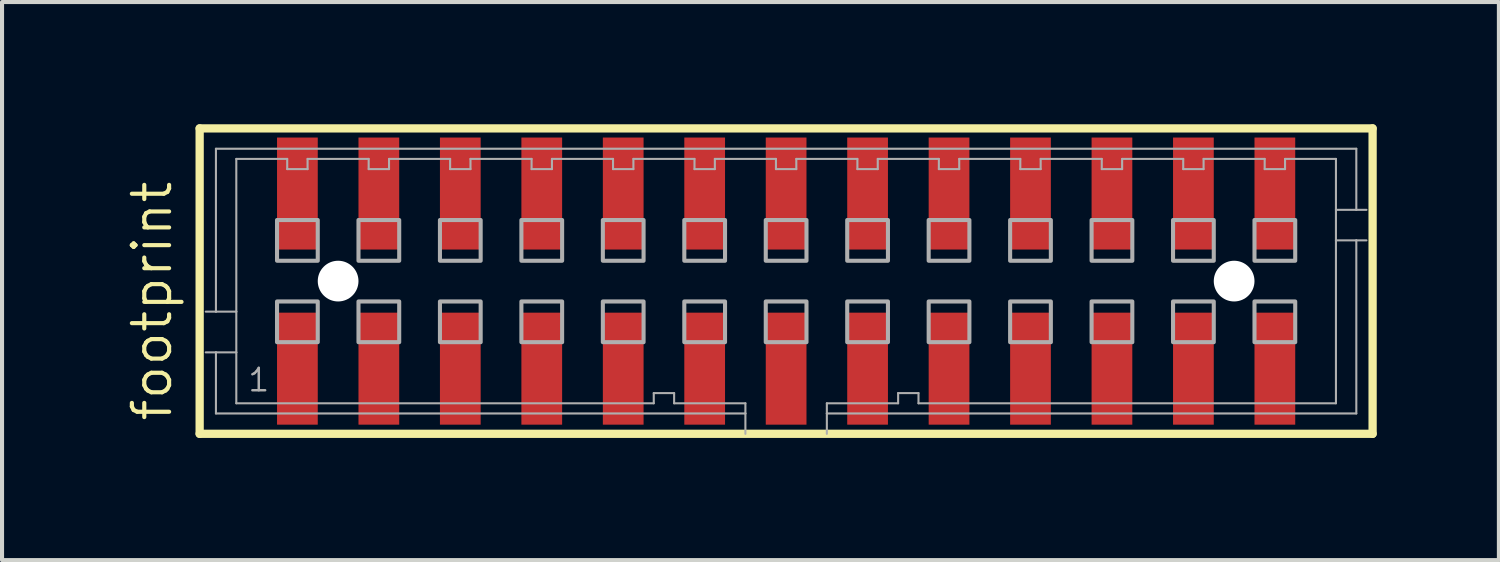
<source format=kicad_pcb>
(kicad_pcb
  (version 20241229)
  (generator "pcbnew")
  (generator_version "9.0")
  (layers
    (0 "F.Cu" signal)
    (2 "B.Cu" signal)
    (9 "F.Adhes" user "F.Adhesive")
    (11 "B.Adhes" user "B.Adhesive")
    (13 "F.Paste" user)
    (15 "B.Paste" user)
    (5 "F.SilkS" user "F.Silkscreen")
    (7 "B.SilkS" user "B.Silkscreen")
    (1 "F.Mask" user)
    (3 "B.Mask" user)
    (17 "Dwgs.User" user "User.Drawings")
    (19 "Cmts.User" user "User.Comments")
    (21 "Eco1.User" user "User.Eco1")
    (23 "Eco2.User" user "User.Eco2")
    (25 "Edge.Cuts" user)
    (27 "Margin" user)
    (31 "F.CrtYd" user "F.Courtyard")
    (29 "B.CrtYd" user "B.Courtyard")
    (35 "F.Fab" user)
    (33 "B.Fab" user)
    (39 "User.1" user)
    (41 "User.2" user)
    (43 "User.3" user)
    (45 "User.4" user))
  (footprint "footprint"
    (layer "F.Cu")
    (at 16.252 3.852)
    (property "Reference" "footprint" (at -15.033 3.493 90) (layer "F.SilkS") (effects (font (size 0.914 0.914) (thickness 0.102)) (justify left bottom)))
    (fp_line (start -14.4 -3.75) (end 14.4 -3.75) (stroke (width 0.203) (type solid)) (layer "F.SilkS"))
    (fp_line (start -14.4 3.75) (end -14.4 -3.75) (stroke (width 0.203) (type solid)) (layer "F.SilkS"))
    (fp_line (start 14.4 -3.75) (end 14.4 3.75) (stroke (width 0.203) (type solid)) (layer "F.SilkS"))
    (fp_line (start 14.4 3.75) (end -14.4 3.75) (stroke (width 0.203) (type solid)) (layer "F.SilkS"))
    (fp_line (start -14 -3.25) (end 14 -3.25) (stroke (width 0.051) (type solid)) (layer "F.Fab"))
    (fp_line (start -14 0.75) (end -14.25 0.75) (stroke (width 0.051) (type solid)) (layer "F.Fab"))
    (fp_line (start -14 0.75) (end -14 -3.25) (stroke (width 0.051) (type solid)) (layer "F.Fab"))
    (fp_line (start -14 1.75) (end -14.25 1.75) (stroke (width 0.051) (type solid)) (layer "F.Fab"))
    (fp_line (start -14 3.25) (end -14 1.75) (stroke (width 0.051) (type solid)) (layer "F.Fab"))
    (fp_line (start -13.5 -3) (end -13.5 0.75) (stroke (width 0.051) (type solid)) (layer "F.Fab"))
    (fp_line (start -13.5 0.75) (end -14 0.75) (stroke (width 0.051) (type solid)) (layer "F.Fab"))
    (fp_line (start -13.5 0.75) (end -13.5 1.75) (stroke (width 0.051) (type solid)) (layer "F.Fab"))
    (fp_line (start -13.5 1.75) (end -14 1.75) (stroke (width 0.051) (type solid)) (layer "F.Fab"))
    (fp_line (start -13.5 1.75) (end -13.5 3) (stroke (width 0.051) (type solid)) (layer "F.Fab"))
    (fp_line (start -13.5 3) (end -3.25 3) (stroke (width 0.051) (type solid)) (layer "F.Fab"))
    (fp_line (start -12.25 -3) (end -13.5 -3) (stroke (width 0.051) (type solid)) (layer "F.Fab"))
    (fp_line (start -12.25 -2.75) (end -12.25 -3) (stroke (width 0.051) (type solid)) (layer "F.Fab"))
    (fp_line (start -11.75 -3) (end -11.75 -2.75) (stroke (width 0.051) (type solid)) (layer "F.Fab"))
    (fp_line (start -11.75 -2.75) (end -12.25 -2.75) (stroke (width 0.051) (type solid)) (layer "F.Fab"))
    (fp_line (start -10.25 -3) (end -11.75 -3) (stroke (width 0.051) (type solid)) (layer "F.Fab"))
    (fp_line (start -10.25 -2.75) (end -10.25 -3) (stroke (width 0.051) (type solid)) (layer "F.Fab"))
    (fp_line (start -9.75 -3) (end -9.75 -2.75) (stroke (width 0.051) (type solid)) (layer "F.Fab"))
    (fp_line (start -9.75 -2.75) (end -10.25 -2.75) (stroke (width 0.051) (type solid)) (layer "F.Fab"))
    (fp_line (start -8.25 -3) (end -9.75 -3) (stroke (width 0.051) (type solid)) (layer "F.Fab"))
    (fp_line (start -8.25 -2.75) (end -8.25 -3) (stroke (width 0.051) (type solid)) (layer "F.Fab"))
    (fp_line (start -7.75 -3) (end -7.75 -2.75) (stroke (width 0.051) (type solid)) (layer "F.Fab"))
    (fp_line (start -7.75 -2.75) (end -8.25 -2.75) (stroke (width 0.051) (type solid)) (layer "F.Fab"))
    (fp_line (start -6.25 -3) (end -7.75 -3) (stroke (width 0.051) (type solid)) (layer "F.Fab"))
    (fp_line (start -6.25 -2.75) (end -6.25 -3) (stroke (width 0.051) (type solid)) (layer "F.Fab"))
    (fp_line (start -5.75 -3) (end -5.75 -2.75) (stroke (width 0.051) (type solid)) (layer "F.Fab"))
    (fp_line (start -5.75 -2.75) (end -6.25 -2.75) (stroke (width 0.051) (type solid)) (layer "F.Fab"))
    (fp_line (start -4.25 -3) (end -5.75 -3) (stroke (width 0.051) (type solid)) (layer "F.Fab"))
    (fp_line (start -4.25 -2.75) (end -4.25 -3) (stroke (width 0.051) (type solid)) (layer "F.Fab"))
    (fp_line (start -3.75 -3) (end -3.75 -2.75) (stroke (width 0.051) (type solid)) (layer "F.Fab"))
    (fp_line (start -3.75 -2.75) (end -4.25 -2.75) (stroke (width 0.051) (type solid)) (layer "F.Fab"))
    (fp_line (start -3.25 2.75) (end -2.75 2.75) (stroke (width 0.051) (type solid)) (layer "F.Fab"))
    (fp_line (start -3.25 3) (end -3.25 2.75) (stroke (width 0.051) (type solid)) (layer "F.Fab"))
    (fp_line (start -2.75 2.75) (end -2.75 3) (stroke (width 0.051) (type solid)) (layer "F.Fab"))
    (fp_line (start -2.75 3) (end -1 3) (stroke (width 0.051) (type solid)) (layer "F.Fab"))
    (fp_line (start -2.25 -3) (end -3.75 -3) (stroke (width 0.051) (type solid)) (layer "F.Fab"))
    (fp_line (start -2.25 -2.75) (end -2.25 -3) (stroke (width 0.051) (type solid)) (layer "F.Fab"))
    (fp_line (start -1.75 -3) (end -1.75 -2.75) (stroke (width 0.051) (type solid)) (layer "F.Fab"))
    (fp_line (start -1.75 -2.75) (end -2.25 -2.75) (stroke (width 0.051) (type solid)) (layer "F.Fab"))
    (fp_line (start -1 3) (end -1 3.25) (stroke (width 0.051) (type solid)) (layer "F.Fab"))
    (fp_line (start -1 3.25) (end -14 3.25) (stroke (width 0.051) (type solid)) (layer "F.Fab"))
    (fp_line (start -1 3.25) (end -1 3.75) (stroke (width 0.051) (type solid)) (layer "F.Fab"))
    (fp_line (start -0.25 -3) (end -1.75 -3) (stroke (width 0.051) (type solid)) (layer "F.Fab"))
    (fp_line (start -0.25 -2.75) (end -0.25 -3) (stroke (width 0.051) (type solid)) (layer "F.Fab"))
    (fp_line (start 0.25 -3) (end 0.25 -2.75) (stroke (width 0.051) (type solid)) (layer "F.Fab"))
    (fp_line (start 0.25 -2.75) (end -0.25 -2.75) (stroke (width 0.051) (type solid)) (layer "F.Fab"))
    (fp_line (start 1 3) (end 2.75 3) (stroke (width 0.051) (type solid)) (layer "F.Fab"))
    (fp_line (start 1 3.25) (end 1 3) (stroke (width 0.051) (type solid)) (layer "F.Fab"))
    (fp_line (start 1 3.75) (end 1 3.25) (stroke (width 0.051) (type solid)) (layer "F.Fab"))
    (fp_line (start 1.75 -3) (end 0.25 -3) (stroke (width 0.051) (type solid)) (layer "F.Fab"))
    (fp_line (start 1.75 -2.75) (end 1.75 -3) (stroke (width 0.051) (type solid)) (layer "F.Fab"))
    (fp_line (start 2.25 -3) (end 2.25 -2.75) (stroke (width 0.051) (type solid)) (layer "F.Fab"))
    (fp_line (start 2.25 -2.75) (end 1.75 -2.75) (stroke (width 0.051) (type solid)) (layer "F.Fab"))
    (fp_line (start 2.75 2.75) (end 3.25 2.75) (stroke (width 0.051) (type solid)) (layer "F.Fab"))
    (fp_line (start 2.75 3) (end 2.75 2.75) (stroke (width 0.051) (type solid)) (layer "F.Fab"))
    (fp_line (start 3.25 2.75) (end 3.25 3) (stroke (width 0.051) (type solid)) (layer "F.Fab"))
    (fp_line (start 3.25 3) (end 13.5 3) (stroke (width 0.051) (type solid)) (layer "F.Fab"))
    (fp_line (start 3.75 -3) (end 2.25 -3) (stroke (width 0.051) (type solid)) (layer "F.Fab"))
    (fp_line (start 3.75 -2.75) (end 3.75 -3) (stroke (width 0.051) (type solid)) (layer "F.Fab"))
    (fp_line (start 4.25 -3) (end 4.25 -2.75) (stroke (width 0.051) (type solid)) (layer "F.Fab"))
    (fp_line (start 4.25 -2.75) (end 3.75 -2.75) (stroke (width 0.051) (type solid)) (layer "F.Fab"))
    (fp_line (start 5.75 -3) (end 4.25 -3) (stroke (width 0.051) (type solid)) (layer "F.Fab"))
    (fp_line (start 5.75 -2.75) (end 5.75 -3) (stroke (width 0.051) (type solid)) (layer "F.Fab"))
    (fp_line (start 6.25 -3) (end 6.25 -2.75) (stroke (width 0.051) (type solid)) (layer "F.Fab"))
    (fp_line (start 6.25 -2.75) (end 5.75 -2.75) (stroke (width 0.051) (type solid)) (layer "F.Fab"))
    (fp_line (start 7.75 -3) (end 6.25 -3) (stroke (width 0.051) (type solid)) (layer "F.Fab"))
    (fp_line (start 7.75 -2.75) (end 7.75 -3) (stroke (width 0.051) (type solid)) (layer "F.Fab"))
    (fp_line (start 8.25 -3) (end 8.25 -2.75) (stroke (width 0.051) (type solid)) (layer "F.Fab"))
    (fp_line (start 8.25 -2.75) (end 7.75 -2.75) (stroke (width 0.051) (type solid)) (layer "F.Fab"))
    (fp_line (start 9.75 -3) (end 8.25 -3) (stroke (width 0.051) (type solid)) (layer "F.Fab"))
    (fp_line (start 9.75 -2.75) (end 9.75 -3) (stroke (width 0.051) (type solid)) (layer "F.Fab"))
    (fp_line (start 10.25 -3) (end 10.25 -2.75) (stroke (width 0.051) (type solid)) (layer "F.Fab"))
    (fp_line (start 10.25 -2.75) (end 9.75 -2.75) (stroke (width 0.051) (type solid)) (layer "F.Fab"))
    (fp_line (start 11.75 -3) (end 10.25 -3) (stroke (width 0.051) (type solid)) (layer "F.Fab"))
    (fp_line (start 11.75 -2.75) (end 11.75 -3) (stroke (width 0.051) (type solid)) (layer "F.Fab"))
    (fp_line (start 12.25 -3) (end 12.25 -2.75) (stroke (width 0.051) (type solid)) (layer "F.Fab"))
    (fp_line (start 12.25 -2.75) (end 11.75 -2.75) (stroke (width 0.051) (type solid)) (layer "F.Fab"))
    (fp_line (start 13.5 -3) (end 12.25 -3) (stroke (width 0.051) (type solid)) (layer "F.Fab"))
    (fp_line (start 13.5 -1.75) (end 13.5 -3) (stroke (width 0.051) (type solid)) (layer "F.Fab"))
    (fp_line (start 13.5 -1.75) (end 14 -1.75) (stroke (width 0.051) (type solid)) (layer "F.Fab"))
    (fp_line (start 13.5 -1) (end 13.5 -1.75) (stroke (width 0.051) (type solid)) (layer "F.Fab"))
    (fp_line (start 13.5 -1) (end 14 -1) (stroke (width 0.051) (type solid)) (layer "F.Fab"))
    (fp_line (start 13.5 3) (end 13.5 -1) (stroke (width 0.051) (type solid)) (layer "F.Fab"))
    (fp_line (start 14 -3.25) (end 14 -1.75) (stroke (width 0.051) (type solid)) (layer "F.Fab"))
    (fp_line (start 14 -1.75) (end 14.25 -1.75) (stroke (width 0.051) (type solid)) (layer "F.Fab"))
    (fp_line (start 14 -1) (end 14 3.25) (stroke (width 0.051) (type solid)) (layer "F.Fab"))
    (fp_line (start 14 -1) (end 14.25 -1) (stroke (width 0.051) (type solid)) (layer "F.Fab"))
    (fp_line (start 14 3.25) (end 1 3.25) (stroke (width 0.051) (type solid)) (layer "F.Fab"))
    (fp_poly (pts (xy -12.5 -0.5) (xy -11.5 -0.5) (xy -11.5 -1.5) (xy -12.5 -1.5)) (stroke (width 0.1) (type solid)) (fill no) (layer "F.Fab"))
    (fp_poly (pts (xy -12.5 1.5) (xy -11.5 1.5) (xy -11.5 0.5) (xy -12.5 0.5)) (stroke (width 0.1) (type solid)) (fill no) (layer "F.Fab"))
    (fp_poly (pts (xy -10.5 -0.5) (xy -9.5 -0.5) (xy -9.5 -1.5) (xy -10.5 -1.5)) (stroke (width 0.1) (type solid)) (fill no) (layer "F.Fab"))
    (fp_poly (pts (xy -10.5 1.5) (xy -9.5 1.5) (xy -9.5 0.5) (xy -10.5 0.5)) (stroke (width 0.1) (type solid)) (fill no) (layer "F.Fab"))
    (fp_poly (pts (xy -8.5 -0.5) (xy -7.5 -0.5) (xy -7.5 -1.5) (xy -8.5 -1.5)) (stroke (width 0.1) (type solid)) (fill no) (layer "F.Fab"))
    (fp_poly (pts (xy -8.5 1.5) (xy -7.5 1.5) (xy -7.5 0.5) (xy -8.5 0.5)) (stroke (width 0.1) (type solid)) (fill no) (layer "F.Fab"))
    (fp_poly (pts (xy -6.5 -0.5) (xy -5.5 -0.5) (xy -5.5 -1.5) (xy -6.5 -1.5)) (stroke (width 0.1) (type solid)) (fill no) (layer "F.Fab"))
    (fp_poly (pts (xy -6.5 1.5) (xy -5.5 1.5) (xy -5.5 0.5) (xy -6.5 0.5)) (stroke (width 0.1) (type solid)) (fill no) (layer "F.Fab"))
    (fp_poly (pts (xy -4.5 -0.5) (xy -3.5 -0.5) (xy -3.5 -1.5) (xy -4.5 -1.5)) (stroke (width 0.1) (type solid)) (fill no) (layer "F.Fab"))
    (fp_poly (pts (xy -4.5 1.5) (xy -3.5 1.5) (xy -3.5 0.5) (xy -4.5 0.5)) (stroke (width 0.1) (type solid)) (fill no) (layer "F.Fab"))
    (fp_poly (pts (xy -2.5 -0.5) (xy -1.5 -0.5) (xy -1.5 -1.5) (xy -2.5 -1.5)) (stroke (width 0.1) (type solid)) (fill no) (layer "F.Fab"))
    (fp_poly (pts (xy -2.5 1.5) (xy -1.5 1.5) (xy -1.5 0.5) (xy -2.5 0.5)) (stroke (width 0.1) (type solid)) (fill no) (layer "F.Fab"))
    (fp_poly (pts (xy -0.5 -0.5) (xy 0.5 -0.5) (xy 0.5 -1.5) (xy -0.5 -1.5)) (stroke (width 0.1) (type solid)) (fill no) (layer "F.Fab"))
    (fp_poly (pts (xy -0.5 1.5) (xy 0.5 1.5) (xy 0.5 0.5) (xy -0.5 0.5)) (stroke (width 0.1) (type solid)) (fill no) (layer "F.Fab"))
    (fp_poly (pts (xy 1.5 -0.5) (xy 2.5 -0.5) (xy 2.5 -1.5) (xy 1.5 -1.5)) (stroke (width 0.1) (type solid)) (fill no) (layer "F.Fab"))
    (fp_poly (pts (xy 1.5 1.5) (xy 2.5 1.5) (xy 2.5 0.5) (xy 1.5 0.5)) (stroke (width 0.1) (type solid)) (fill no) (layer "F.Fab"))
    (fp_poly (pts (xy 3.5 -0.5) (xy 4.5 -0.5) (xy 4.5 -1.5) (xy 3.5 -1.5)) (stroke (width 0.1) (type solid)) (fill no) (layer "F.Fab"))
    (fp_poly (pts (xy 3.5 1.5) (xy 4.5 1.5) (xy 4.5 0.5) (xy 3.5 0.5)) (stroke (width 0.1) (type solid)) (fill no) (layer "F.Fab"))
    (fp_poly (pts (xy 5.5 -0.5) (xy 6.5 -0.5) (xy 6.5 -1.5) (xy 5.5 -1.5)) (stroke (width 0.1) (type solid)) (fill no) (layer "F.Fab"))
    (fp_poly (pts (xy 5.5 1.5) (xy 6.5 1.5) (xy 6.5 0.5) (xy 5.5 0.5)) (stroke (width 0.1) (type solid)) (fill no) (layer "F.Fab"))
    (fp_poly (pts (xy 7.5 -0.5) (xy 8.5 -0.5) (xy 8.5 -1.5) (xy 7.5 -1.5)) (stroke (width 0.1) (type solid)) (fill no) (layer "F.Fab"))
    (fp_poly (pts (xy 7.5 1.5) (xy 8.5 1.5) (xy 8.5 0.5) (xy 7.5 0.5)) (stroke (width 0.1) (type solid)) (fill no) (layer "F.Fab"))
    (fp_poly (pts (xy 9.5 -0.5) (xy 10.5 -0.5) (xy 10.5 -1.5) (xy 9.5 -1.5)) (stroke (width 0.1) (type solid)) (fill no) (layer "F.Fab"))
    (fp_poly (pts (xy 9.5 1.5) (xy 10.5 1.5) (xy 10.5 0.5) (xy 9.5 0.5)) (stroke (width 0.1) (type solid)) (fill no) (layer "F.Fab"))
    (fp_poly (pts (xy 11.5 -0.5) (xy 12.5 -0.5) (xy 12.5 -1.5) (xy 11.5 -1.5)) (stroke (width 0.1) (type solid)) (fill no) (layer "F.Fab"))
    (fp_poly (pts (xy 11.5 1.5) (xy 12.5 1.5) (xy 12.5 0.5) (xy 11.5 0.5)) (stroke (width 0.1) (type solid)) (fill no) (layer "F.Fab"))
    (fp_text user "1" (at -13.25 2.75 0) (layer "F.Fab") (effects (font (size 0.549 0.549) (thickness 0.061)) (justify left bottom)))
    (pad "" np_thru_hole circle (at -11 0) (size 1 1) (drill 1) (layers "*.Cu" "*.Mask"))
    (pad "" np_thru_hole circle (at 11 0) (size 1 1) (drill 1) (layers "*.Cu" "*.Mask"))
    (pad "1" smd rect (at -12 2.15) (size 1 2.75) (layers "F.Cu" "F.Mask" "F.Paste"))
    (pad "2" smd rect (at -12 -2.15) (size 1 2.75) (layers "F.Cu" "F.Mask" "F.Paste"))
    (pad "3" smd rect (at -10 2.15) (size 1 2.75) (layers "F.Cu" "F.Mask" "F.Paste"))
    (pad "4" smd rect (at -10 -2.15) (size 1 2.75) (layers "F.Cu" "F.Mask" "F.Paste"))
    (pad "5" smd rect (at -8 2.15) (size 1 2.75) (layers "F.Cu" "F.Mask" "F.Paste"))
    (pad "6" smd rect (at -8 -2.15) (size 1 2.75) (layers "F.Cu" "F.Mask" "F.Paste"))
    (pad "7" smd rect (at -6 2.15) (size 1 2.75) (layers "F.Cu" "F.Mask" "F.Paste"))
    (pad "8" smd rect (at -6 -2.15) (size 1 2.75) (layers "F.Cu" "F.Mask" "F.Paste"))
    (pad "9" smd rect (at -4 2.15 180) (size 1 2.75) (layers "F.Cu" "F.Mask" "F.Paste"))
    (pad "10" smd rect (at -4 -2.15 180) (size 1 2.75) (layers "F.Cu" "F.Mask" "F.Paste"))
    (pad "11" smd rect (at -2 2.15) (size 1 2.75) (layers "F.Cu" "F.Mask" "F.Paste"))
    (pad "12" smd rect (at -2 -2.15) (size 1 2.75) (layers "F.Cu" "F.Mask" "F.Paste"))
    (pad "13" smd rect (at 0 2.15) (size 1 2.75) (layers "F.Cu" "F.Mask" "F.Paste"))
    (pad "14" smd rect (at 0 -2.15) (size 1 2.75) (layers "F.Cu" "F.Mask" "F.Paste"))
    (pad "15" smd rect (at 2 2.15 180) (size 1 2.75) (layers "F.Cu" "F.Mask" "F.Paste"))
    (pad "16" smd rect (at 2 -2.15) (size 1 2.75) (layers "F.Cu" "F.Mask" "F.Paste"))
    (pad "17" smd rect (at 4 2.15 180) (size 1 2.75) (layers "F.Cu" "F.Mask" "F.Paste"))
    (pad "18" smd rect (at 4 -2.15) (size 1 2.75) (layers "F.Cu" "F.Mask" "F.Paste"))
    (pad "19" smd rect (at 6 2.15 180) (size 1 2.75) (layers "F.Cu" "F.Mask" "F.Paste"))
    (pad "20" smd rect (at 6 -2.15) (size 1 2.75) (layers "F.Cu" "F.Mask" "F.Paste"))
    (pad "21" smd rect (at 8 2.15 180) (size 1 2.75) (layers "F.Cu" "F.Mask" "F.Paste"))
    (pad "22" smd rect (at 8 -2.15) (size 1 2.75) (layers "F.Cu" "F.Mask" "F.Paste"))
    (pad "23" smd rect (at 10 2.15 180) (size 1 2.75) (layers "F.Cu" "F.Mask" "F.Paste"))
    (pad "24" smd rect (at 10 -2.15) (size 1 2.75) (layers "F.Cu" "F.Mask" "F.Paste"))
    (pad "25" smd rect (at 12 2.15 180) (size 1 2.75) (layers "F.Cu" "F.Mask" "F.Paste"))
    (pad "26" smd rect (at 12 -2.15) (size 1 2.75) (layers "F.Cu" "F.Mask" "F.Paste")))
  (gr_rect
    (start -3 -3)
    (end 33.753 10.703)
    (stroke (width 0.1) (type default))
    (fill no)
    (layer "Edge.Cuts")))
</source>
